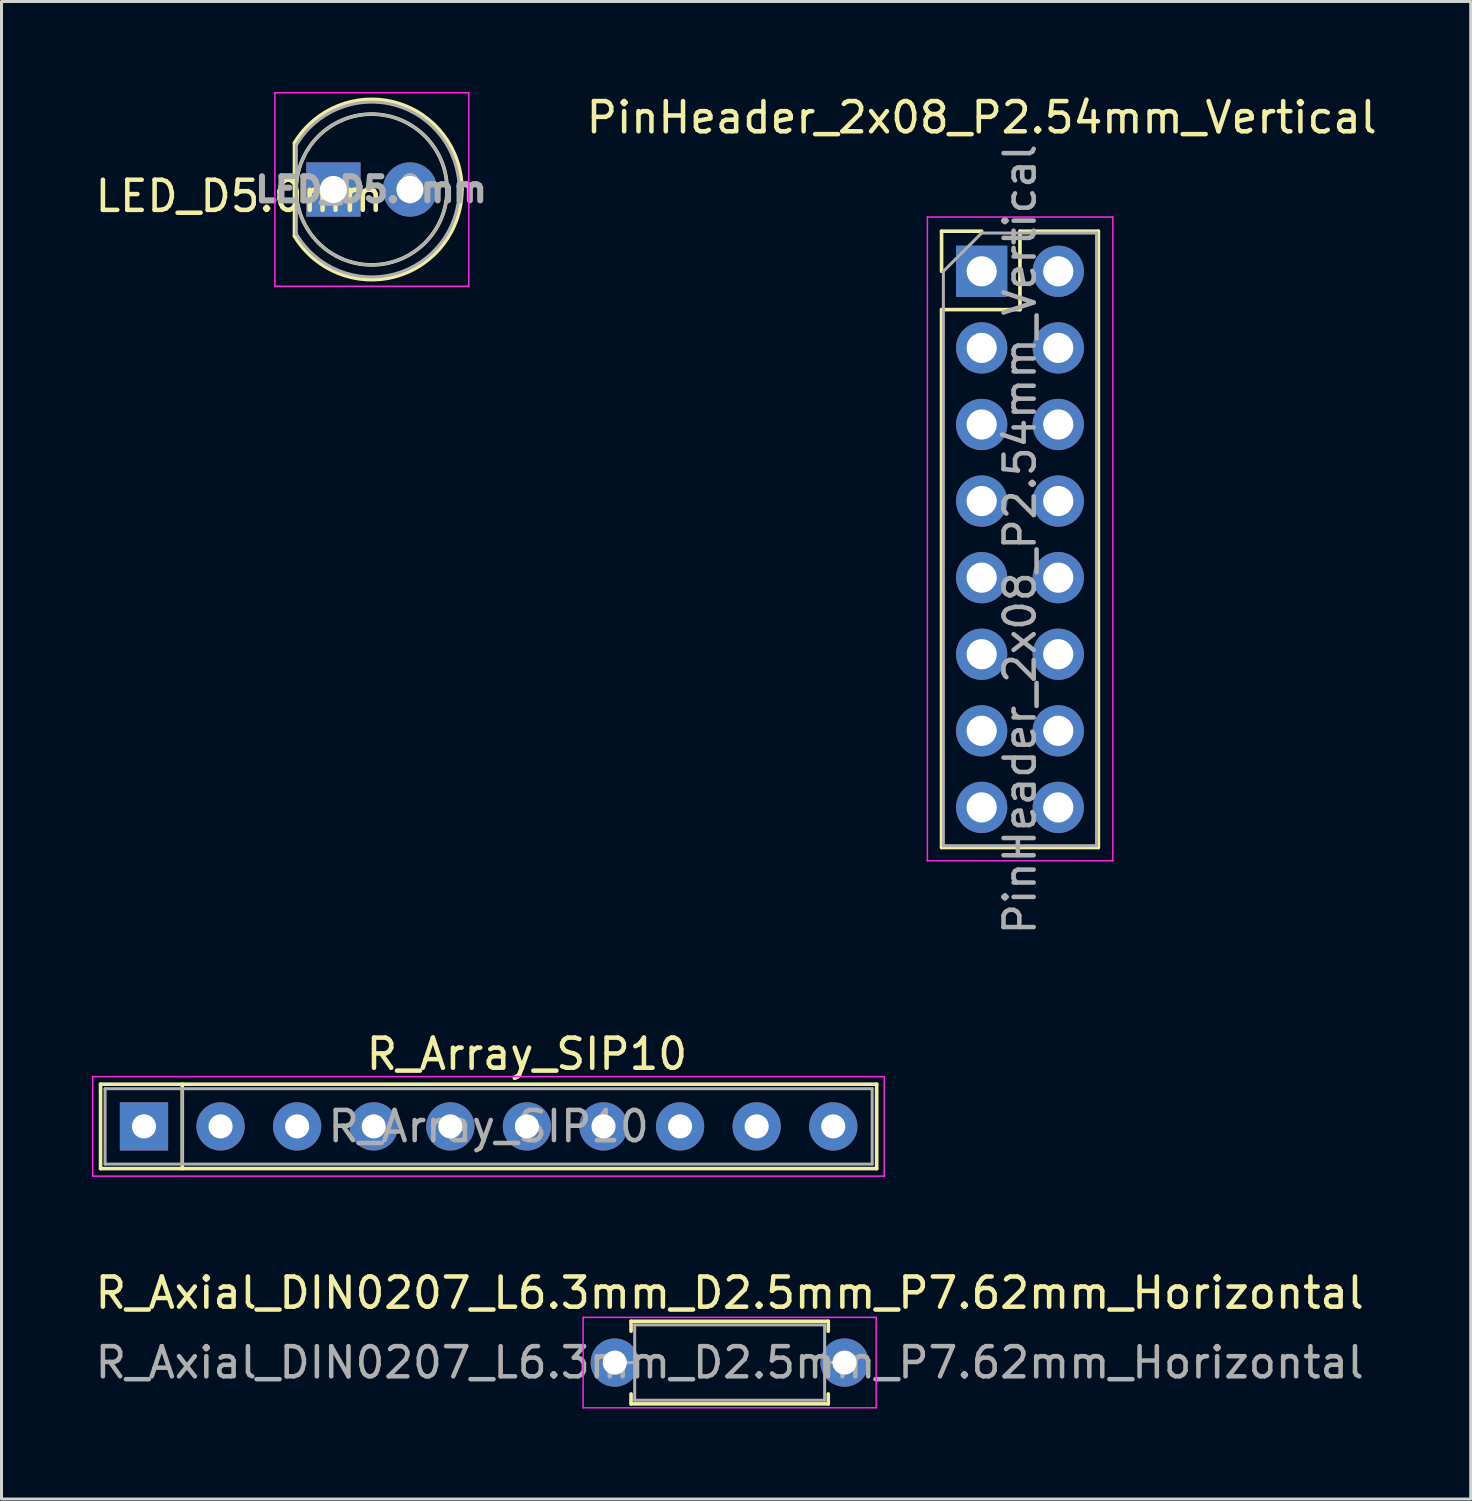
<source format=kicad_pcb>
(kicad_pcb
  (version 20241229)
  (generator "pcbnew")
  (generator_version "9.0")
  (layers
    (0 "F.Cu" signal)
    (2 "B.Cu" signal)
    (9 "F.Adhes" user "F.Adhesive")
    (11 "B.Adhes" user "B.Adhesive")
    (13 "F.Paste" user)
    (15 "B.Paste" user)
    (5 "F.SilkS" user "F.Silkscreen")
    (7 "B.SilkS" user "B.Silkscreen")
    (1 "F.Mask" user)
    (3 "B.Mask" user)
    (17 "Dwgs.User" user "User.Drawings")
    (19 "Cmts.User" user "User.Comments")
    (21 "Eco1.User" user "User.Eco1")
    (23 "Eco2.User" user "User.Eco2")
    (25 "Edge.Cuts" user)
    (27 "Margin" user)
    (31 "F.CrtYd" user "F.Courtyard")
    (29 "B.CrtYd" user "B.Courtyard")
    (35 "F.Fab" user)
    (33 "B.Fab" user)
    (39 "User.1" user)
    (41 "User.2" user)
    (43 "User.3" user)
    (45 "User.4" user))
  (footprint "LED_D5.0mm"
    (layer "F.Cu")
    (at 8.007 3.235)
    (property "Reference" "LED_D5.0mm" (at -3.12 0.22 0) (layer "F.SilkS") (effects (font (size 1 1) (thickness 0.15))))
    (attr through_hole)
    (fp_line (start -1.29 -1.545) (end -1.29 1.545) (stroke (width 0.12) (type solid)) (layer "F.SilkS"))
    (fp_arc (start -1.29 -1.54483) (mid 2.071756 -2.880501) (end 4.26 -0.000048) (stroke (width 0.12) (type solid)) (layer "F.SilkS"))
    (fp_arc (start 4.26 0.000048) (mid 2.071756 2.880501) (end -1.29 1.54483) (stroke (width 0.12) (type solid)) (layer "F.SilkS"))
    (fp_circle (center 1.27 0) (end 3.77 0) (stroke (width 0.12) (type solid)) (fill no) (layer "F.SilkS"))
    (fp_line (start -1.94 -3.21) (end -1.94 3.21) (stroke (width 0.05) (type solid)) (layer "F.CrtYd"))
    (fp_line (start -1.94 3.21) (end 4.49 3.21) (stroke (width 0.05) (type solid)) (layer "F.CrtYd"))
    (fp_line (start 4.49 -3.21) (end -1.94 -3.21) (stroke (width 0.05) (type solid)) (layer "F.CrtYd"))
    (fp_line (start 4.49 3.21) (end 4.49 -3.21) (stroke (width 0.05) (type solid)) (layer "F.CrtYd"))
    (fp_line (start -1.23 -1.47) (end -1.23 1.47) (stroke (width 0.1) (type solid)) (layer "F.Fab"))
    (fp_arc (start -1.23 -1.469694) (mid 4.17 -0.000045) (end -1.229954 1.469772) (stroke (width 0.1) (type solid)) (layer "F.Fab"))
    (fp_circle (center 1.27 0) (end 3.77 0) (stroke (width 0.1) (type solid)) (fill no) (layer "F.Fab"))
    (fp_text user "${REFERENCE}" (at 1.25 0 0) (layer "F.Fab") (effects (font (size 0.8 0.8) (thickness 0.2))))
    (pad "1" thru_hole rect (at 0 0) (size 1.8 1.8) (drill 0.9) (layers "*.Cu" "*.Mask"))
    (pad "2" thru_hole circle (at 2.54 0) (size 1.8 1.8) (drill 0.9) (layers "*.Cu" "*.Mask")))
  (footprint "R_Axial_DIN0207_L6.3mm_D2.5mm_P7.62mm_Horizontal"
    (layer "F.Cu")
    (at 17.339 42.14)
    (property "Reference" "R_Axial_DIN0207_L6.3mm_D2.5mm_P7.62mm_Horizontal" (at 3.81 -2.31 0) (layer "F.SilkS") (effects (font (size 1 1) (thickness 0.15))))
    (attr through_hole)
    (fp_line (start 0.54 -1.37) (end 7.08 -1.37) (stroke (width 0.12) (type solid)) (layer "F.SilkS"))
    (fp_line (start 0.54 -1.04) (end 0.54 -1.37) (stroke (width 0.12) (type solid)) (layer "F.SilkS"))
    (fp_line (start 0.54 1.04) (end 0.54 1.37) (stroke (width 0.12) (type solid)) (layer "F.SilkS"))
    (fp_line (start 0.54 1.37) (end 7.08 1.37) (stroke (width 0.12) (type solid)) (layer "F.SilkS"))
    (fp_line (start 7.08 -1.37) (end 7.08 -1.04) (stroke (width 0.12) (type solid)) (layer "F.SilkS"))
    (fp_line (start 7.08 1.37) (end 7.08 1.04) (stroke (width 0.12) (type solid)) (layer "F.SilkS"))
    (fp_line (start -1.05 -1.5) (end -1.05 1.5) (stroke (width 0.05) (type solid)) (layer "F.CrtYd"))
    (fp_line (start -1.05 1.5) (end 8.67 1.5) (stroke (width 0.05) (type solid)) (layer "F.CrtYd"))
    (fp_line (start 8.67 -1.5) (end -1.05 -1.5) (stroke (width 0.05) (type solid)) (layer "F.CrtYd"))
    (fp_line (start 8.67 1.5) (end 8.67 -1.5) (stroke (width 0.05) (type solid)) (layer "F.CrtYd"))
    (fp_line (start 0 0) (end 0.66 0) (stroke (width 0.1) (type solid)) (layer "F.Fab"))
    (fp_line (start 0.66 -1.25) (end 0.66 1.25) (stroke (width 0.1) (type solid)) (layer "F.Fab"))
    (fp_line (start 0.66 1.25) (end 6.96 1.25) (stroke (width 0.1) (type solid)) (layer "F.Fab"))
    (fp_line (start 6.96 -1.25) (end 0.66 -1.25) (stroke (width 0.1) (type solid)) (layer "F.Fab"))
    (fp_line (start 6.96 1.25) (end 6.96 -1.25) (stroke (width 0.1) (type solid)) (layer "F.Fab"))
    (fp_line (start 7.62 0) (end 6.96 0) (stroke (width 0.1) (type solid)) (layer "F.Fab"))
    (fp_text user "${REFERENCE}" (at 3.81 0 0) (layer "F.Fab") (effects (font (size 1 1) (thickness 0.15))))
    (pad "1" thru_hole circle (at 0 0) (size 1.6 1.6) (drill 0.8) (layers "*.Cu" "*.Mask"))
    (pad "2" thru_hole oval (at 7.62 0) (size 1.6 1.6) (drill 0.8) (layers "*.Cu" "*.Mask")))
  (footprint "PinHeader_2x08_P2.54mm_Vertical"
    (layer "F.Cu")
    (at 29.507 5.948)
    (property "Reference" "PinHeader_2x08_P2.54mm_Vertical" (at 0 -5.1 0) (layer "F.SilkS") (effects (font (size 1 1) (thickness 0.15))))
    (attr through_hole)
    (fp_line (start -1.33 -1.33) (end 0 -1.33) (stroke (width 0.12) (type solid)) (layer "F.SilkS"))
    (fp_line (start -1.33 0) (end -1.33 -1.33) (stroke (width 0.12) (type solid)) (layer "F.SilkS"))
    (fp_line (start -1.33 1.27) (end -1.33 19.11) (stroke (width 0.12) (type solid)) (layer "F.SilkS"))
    (fp_line (start -1.33 1.27) (end 1.27 1.27) (stroke (width 0.12) (type solid)) (layer "F.SilkS"))
    (fp_line (start -1.33 19.11) (end 3.87 19.11) (stroke (width 0.12) (type solid)) (layer "F.SilkS"))
    (fp_line (start 1.27 -1.33) (end 3.87 -1.33) (stroke (width 0.12) (type solid)) (layer "F.SilkS"))
    (fp_line (start 1.27 1.27) (end 1.27 -1.33) (stroke (width 0.12) (type solid)) (layer "F.SilkS"))
    (fp_line (start 3.87 -1.33) (end 3.87 19.11) (stroke (width 0.12) (type solid)) (layer "F.SilkS"))
    (fp_line (start -1.8 -1.8) (end -1.8 19.55) (stroke (width 0.05) (type solid)) (layer "F.CrtYd"))
    (fp_line (start -1.8 19.55) (end 4.35 19.55) (stroke (width 0.05) (type solid)) (layer "F.CrtYd"))
    (fp_line (start 4.35 -1.8) (end -1.8 -1.8) (stroke (width 0.05) (type solid)) (layer "F.CrtYd"))
    (fp_line (start 4.35 19.55) (end 4.35 -1.8) (stroke (width 0.05) (type solid)) (layer "F.CrtYd"))
    (fp_line (start -1.27 0) (end 0 -1.27) (stroke (width 0.1) (type solid)) (layer "F.Fab"))
    (fp_line (start -1.27 19.05) (end -1.27 0) (stroke (width 0.1) (type solid)) (layer "F.Fab"))
    (fp_line (start 0 -1.27) (end 3.81 -1.27) (stroke (width 0.1) (type solid)) (layer "F.Fab"))
    (fp_line (start 3.81 -1.27) (end 3.81 19.05) (stroke (width 0.1) (type solid)) (layer "F.Fab"))
    (fp_line (start 3.81 19.05) (end -1.27 19.05) (stroke (width 0.1) (type solid)) (layer "F.Fab"))
    (fp_text user "${REFERENCE}" (at 1.27 8.89 90) (layer "F.Fab") (effects (font (size 1 1) (thickness 0.15))))
    (pad "1" thru_hole rect (at 0 0) (size 1.7 1.7) (drill 1) (layers "*.Cu" "*.Mask"))
    (pad "2" thru_hole oval (at 2.54 0) (size 1.7 1.7) (drill 1) (layers "*.Cu" "*.Mask"))
    (pad "3" thru_hole oval (at 0 2.54) (size 1.7 1.7) (drill 1) (layers "*.Cu" "*.Mask"))
    (pad "4" thru_hole oval (at 2.54 2.54) (size 1.7 1.7) (drill 1) (layers "*.Cu" "*.Mask"))
    (pad "5" thru_hole oval (at 0 5.08) (size 1.7 1.7) (drill 1) (layers "*.Cu" "*.Mask"))
    (pad "6" thru_hole oval (at 2.54 5.08) (size 1.7 1.7) (drill 1) (layers "*.Cu" "*.Mask"))
    (pad "7" thru_hole oval (at 0 7.62) (size 1.7 1.7) (drill 1) (layers "*.Cu" "*.Mask"))
    (pad "8" thru_hole oval (at 2.54 7.62) (size 1.7 1.7) (drill 1) (layers "*.Cu" "*.Mask"))
    (pad "9" thru_hole oval (at 0 10.16) (size 1.7 1.7) (drill 1) (layers "*.Cu" "*.Mask"))
    (pad "10" thru_hole oval (at 2.54 10.16) (size 1.7 1.7) (drill 1) (layers "*.Cu" "*.Mask"))
    (pad "11" thru_hole oval (at 0 12.7) (size 1.7 1.7) (drill 1) (layers "*.Cu" "*.Mask"))
    (pad "12" thru_hole oval (at 2.54 12.7) (size 1.7 1.7) (drill 1) (layers "*.Cu" "*.Mask"))
    (pad "13" thru_hole oval (at 0 15.24) (size 1.7 1.7) (drill 1) (layers "*.Cu" "*.Mask"))
    (pad "14" thru_hole oval (at 2.54 15.24) (size 1.7 1.7) (drill 1) (layers "*.Cu" "*.Mask"))
    (pad "15" thru_hole oval (at 0 17.78) (size 1.7 1.7) (drill 1) (layers "*.Cu" "*.Mask"))
    (pad "16" thru_hole oval (at 2.54 17.78) (size 1.7 1.7) (drill 1) (layers "*.Cu" "*.Mask")))
  (footprint "R_Array_SIP10"
    (layer "F.Cu")
    (at 1.725 34.307)
    (property "Reference" "R_Array_SIP10" (at 12.7 -2.4 0) (layer "F.SilkS") (effects (font (size 1 1) (thickness 0.15))))
    (attr through_hole)
    (fp_line (start -1.44 -1.4) (end -1.44 1.4) (stroke (width 0.12) (type solid)) (layer "F.SilkS"))
    (fp_line (start -1.44 1.4) (end 24.3 1.4) (stroke (width 0.12) (type solid)) (layer "F.SilkS"))
    (fp_line (start 1.27 -1.4) (end 1.27 1.4) (stroke (width 0.12) (type solid)) (layer "F.SilkS"))
    (fp_line (start 24.3 -1.4) (end -1.44 -1.4) (stroke (width 0.12) (type solid)) (layer "F.SilkS"))
    (fp_line (start 24.3 1.4) (end 24.3 -1.4) (stroke (width 0.12) (type solid)) (layer "F.SilkS"))
    (fp_line (start -1.7 -1.65) (end -1.7 1.65) (stroke (width 0.05) (type solid)) (layer "F.CrtYd"))
    (fp_line (start -1.7 1.65) (end 24.55 1.65) (stroke (width 0.05) (type solid)) (layer "F.CrtYd"))
    (fp_line (start 24.55 -1.65) (end -1.7 -1.65) (stroke (width 0.05) (type solid)) (layer "F.CrtYd"))
    (fp_line (start 24.55 1.65) (end 24.55 -1.65) (stroke (width 0.05) (type solid)) (layer "F.CrtYd"))
    (fp_line (start -1.29 -1.25) (end -1.29 1.25) (stroke (width 0.1) (type solid)) (layer "F.Fab"))
    (fp_line (start -1.29 1.25) (end 24.15 1.25) (stroke (width 0.1) (type solid)) (layer "F.Fab"))
    (fp_line (start 1.27 -1.25) (end 1.27 1.25) (stroke (width 0.1) (type solid)) (layer "F.Fab"))
    (fp_line (start 24.15 -1.25) (end -1.29 -1.25) (stroke (width 0.1) (type solid)) (layer "F.Fab"))
    (fp_line (start 24.15 1.25) (end 24.15 -1.25) (stroke (width 0.1) (type solid)) (layer "F.Fab"))
    (fp_text user "${REFERENCE}" (at 11.43 0 0) (layer "F.Fab") (effects (font (size 1 1) (thickness 0.15))))
    (pad "1" thru_hole rect (at 0 0) (size 1.6 1.6) (drill 0.8) (layers "*.Cu" "*.Mask"))
    (pad "2" thru_hole oval (at 2.54 0) (size 1.6 1.6) (drill 0.8) (layers "*.Cu" "*.Mask"))
    (pad "3" thru_hole oval (at 5.08 0) (size 1.6 1.6) (drill 0.8) (layers "*.Cu" "*.Mask"))
    (pad "4" thru_hole oval (at 7.62 0) (size 1.6 1.6) (drill 0.8) (layers "*.Cu" "*.Mask"))
    (pad "5" thru_hole oval (at 10.16 0) (size 1.6 1.6) (drill 0.8) (layers "*.Cu" "*.Mask"))
    (pad "6" thru_hole oval (at 12.7 0) (size 1.6 1.6) (drill 0.8) (layers "*.Cu" "*.Mask"))
    (pad "7" thru_hole oval (at 15.24 0) (size 1.6 1.6) (drill 0.8) (layers "*.Cu" "*.Mask"))
    (pad "8" thru_hole oval (at 17.78 0) (size 1.6 1.6) (drill 0.8) (layers "*.Cu" "*.Mask"))
    (pad "9" thru_hole oval (at 20.32 0) (size 1.6 1.6) (drill 0.8) (layers "*.Cu" "*.Mask"))
    (pad "10" thru_hole oval (at 22.86 0) (size 1.6 1.6) (drill 0.8) (layers "*.Cu" "*.Mask")))
  (gr_rect
    (start -3 -3)
    (end 45.727 46.665)
    (stroke (width 0.1) (type default))
    (fill no)
    (layer "Edge.Cuts")))
</source>
